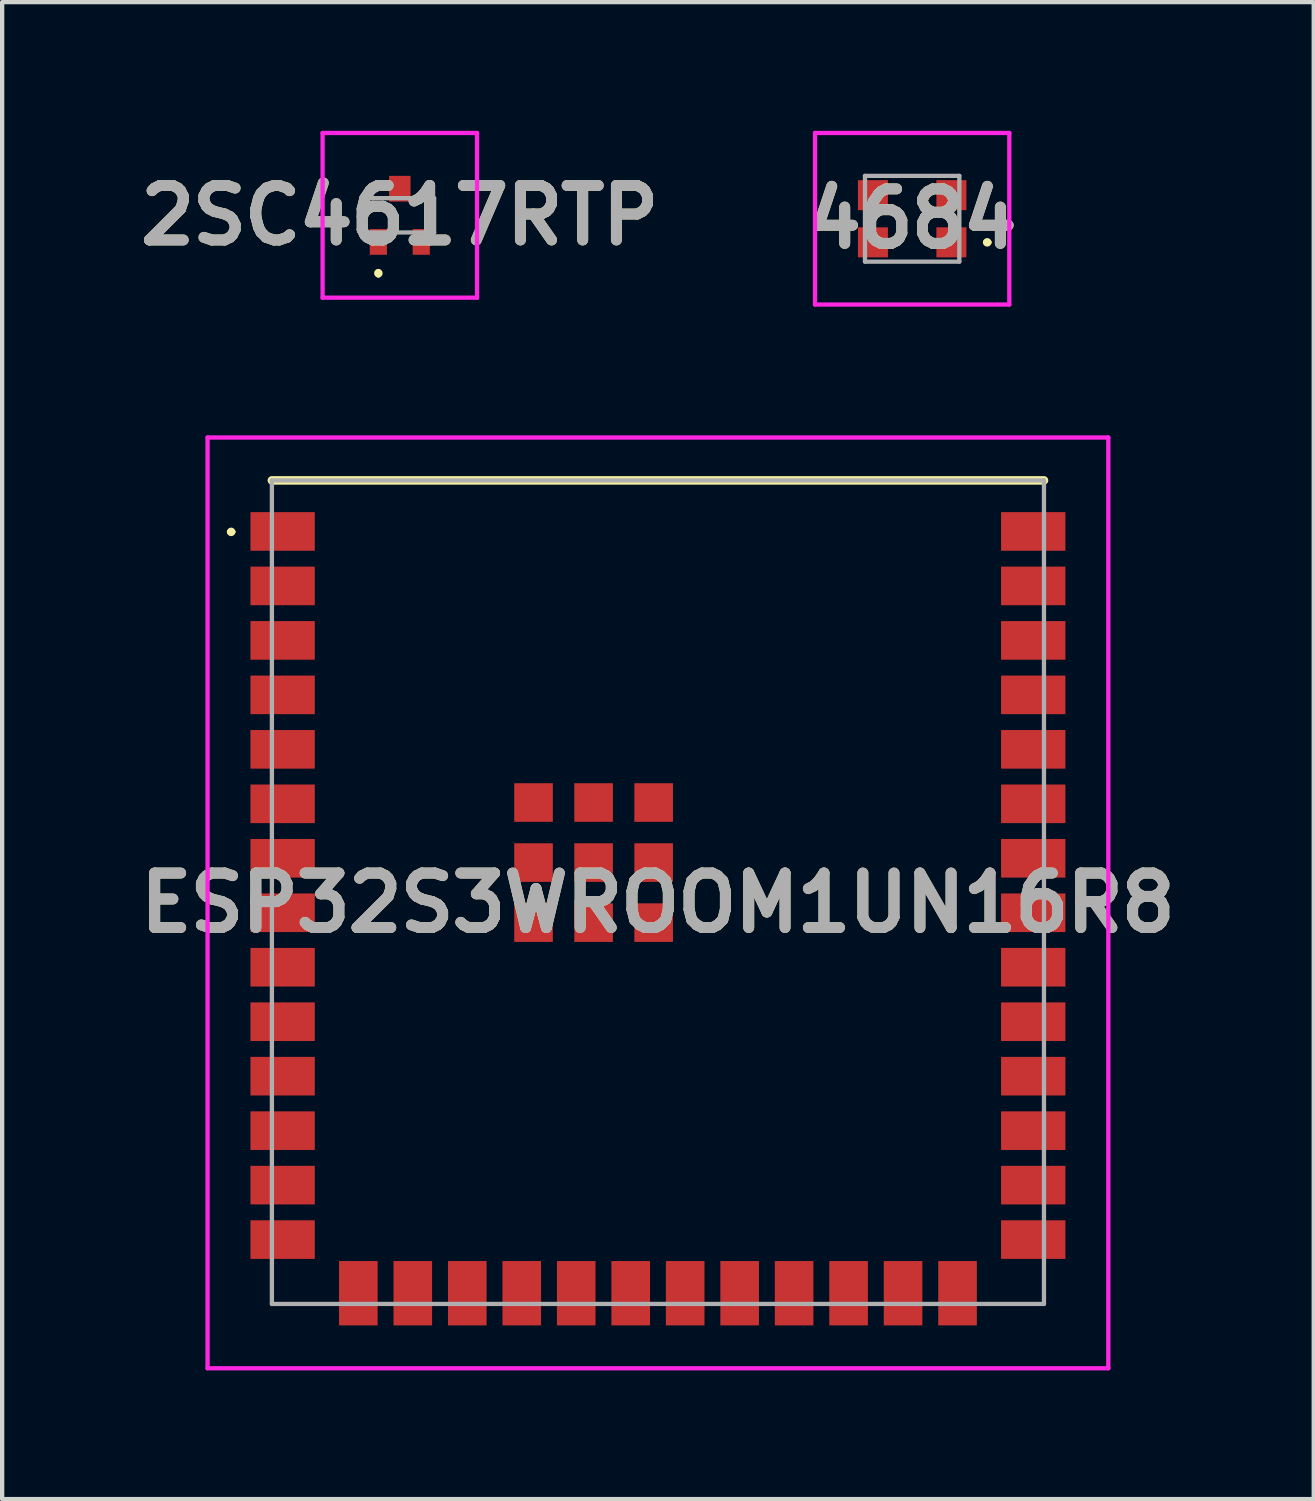
<source format=kicad_pcb>
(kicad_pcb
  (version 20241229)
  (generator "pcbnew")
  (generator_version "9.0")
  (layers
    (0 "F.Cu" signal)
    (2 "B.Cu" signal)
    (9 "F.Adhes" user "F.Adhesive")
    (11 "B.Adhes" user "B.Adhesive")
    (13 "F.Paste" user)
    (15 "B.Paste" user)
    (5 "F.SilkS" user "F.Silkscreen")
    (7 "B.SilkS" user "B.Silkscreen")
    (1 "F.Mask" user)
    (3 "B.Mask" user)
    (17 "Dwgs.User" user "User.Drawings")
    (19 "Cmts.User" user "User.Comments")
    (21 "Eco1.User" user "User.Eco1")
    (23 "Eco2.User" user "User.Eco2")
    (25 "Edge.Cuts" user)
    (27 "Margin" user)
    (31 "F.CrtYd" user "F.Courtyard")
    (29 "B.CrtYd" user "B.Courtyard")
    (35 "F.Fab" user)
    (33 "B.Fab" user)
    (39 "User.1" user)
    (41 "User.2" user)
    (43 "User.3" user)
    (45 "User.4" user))
  (footprint "4684"
    (layer "F.Cu")
    (at 18.216 2.05)
    (property "Reference" "4684" (at 0 0 0) (layer "F.SilkS") (effects (font (size 1.27 1.27) (thickness 0.254))))
    (attr smd)
    (fp_line (start 1.7 0.55) (end 1.7 0.55) (stroke (width 0.1) (type solid)) (layer "F.SilkS"))
    (fp_line (start 1.8 0.55) (end 1.8 0.55) (stroke (width 0.1) (type solid)) (layer "F.SilkS"))
    (fp_arc (start 1.7 0.55) (mid 1.75 0.5) (end 1.8 0.55) (stroke (width 0.1) (type solid)) (layer "F.SilkS"))
    (fp_arc (start 1.8 0.55) (mid 1.75 0.6) (end 1.7 0.55) (stroke (width 0.1) (type solid)) (layer "F.SilkS"))
    (fp_line (start -2.265 -2) (end 2.265 -2) (stroke (width 0.1) (type solid)) (layer "F.CrtYd"))
    (fp_line (start -2.265 2) (end -2.265 -2) (stroke (width 0.1) (type solid)) (layer "F.CrtYd"))
    (fp_line (start 2.265 -2) (end 2.265 2) (stroke (width 0.1) (type solid)) (layer "F.CrtYd"))
    (fp_line (start 2.265 2) (end -2.265 2) (stroke (width 0.1) (type solid)) (layer "F.CrtYd"))
    (fp_line (start -1.1 -1) (end 1.1 -1) (stroke (width 0.1) (type solid)) (layer "F.Fab"))
    (fp_line (start -1.1 1) (end -1.1 -1) (stroke (width 0.1) (type solid)) (layer "F.Fab"))
    (fp_line (start 1.1 -1) (end 1.1 1) (stroke (width 0.1) (type solid)) (layer "F.Fab"))
    (fp_line (start 1.1 1) (end -1.1 1) (stroke (width 0.1) (type solid)) (layer "F.Fab"))
    (fp_text user "${REFERENCE}" (at 0 0 0) (layer "F.Fab") (effects (font (size 1.27 1.27) (thickness 0.254))))
    (pad "1" smd rect (at 0.915 0.55 90) (size 0.7 0.7) (layers "F.Cu" "F.Mask" "F.Paste"))
    (pad "2" smd rect (at 0.915 -0.55 90) (size 0.7 0.7) (layers "F.Cu" "F.Mask" "F.Paste"))
    (pad "3" smd rect (at -0.915 -0.55 90) (size 0.7 0.7) (layers "F.Cu" "F.Mask" "F.Paste"))
    (pad "4" smd rect (at -0.915 0.55 90) (size 0.7 0.7) (layers "F.Cu" "F.Mask" "F.Paste")))
  (footprint "ESP32S3WROOM1UN16R8"
    (layer "F.Cu")
    (at 12.289 17.75)
    (property "Reference" "ESP32S3WROOM1UN16R8" (at 0 0.25 0) (layer "F.SilkS") (effects (font (size 1.27 1.27) (thickness 0.254))))
    (attr smd)
    (fp_line (start -10 -8.4) (end -10 -8.4) (stroke (width 0.1) (type solid)) (layer "F.SilkS"))
    (fp_line (start -9.9 -8.4) (end -9.9 -8.4) (stroke (width 0.1) (type solid)) (layer "F.SilkS"))
    (fp_line (start -9 -9.6) (end 9 -9.6) (stroke (width 0.2) (type solid)) (layer "F.SilkS"))
    (fp_arc (start -10 -8.4) (mid -9.95 -8.45) (end -9.9 -8.4) (stroke (width 0.1) (type solid)) (layer "F.SilkS"))
    (fp_arc (start -9.9 -8.4) (mid -9.95 -8.35) (end -10 -8.4) (stroke (width 0.1) (type solid)) (layer "F.SilkS"))
    (fp_line (start -10.5 -10.6) (end 10.5 -10.6) (stroke (width 0.1) (type solid)) (layer "F.CrtYd"))
    (fp_line (start -10.5 11.1) (end -10.5 -10.6) (stroke (width 0.1) (type solid)) (layer "F.CrtYd"))
    (fp_line (start 10.5 -10.6) (end 10.5 11.1) (stroke (width 0.1) (type solid)) (layer "F.CrtYd"))
    (fp_line (start 10.5 11.1) (end -10.5 11.1) (stroke (width 0.1) (type solid)) (layer "F.CrtYd"))
    (fp_line (start -9 -9.6) (end 9 -9.6) (stroke (width 0.1) (type solid)) (layer "F.Fab"))
    (fp_line (start -9 9.6) (end -9 -9.6) (stroke (width 0.1) (type solid)) (layer "F.Fab"))
    (fp_line (start 9 -9.6) (end 9 9.6) (stroke (width 0.1) (type solid)) (layer "F.Fab"))
    (fp_line (start 9 9.6) (end -9 9.6) (stroke (width 0.1) (type solid)) (layer "F.Fab"))
    (fp_text user "${REFERENCE}" (at 0 0.25 0) (layer "F.Fab") (effects (font (size 1.27 1.27) (thickness 0.254))))
    (pad "1" smd rect (at -8.75 -8.41 90) (size 0.9 1.5) (layers "F.Cu" "F.Mask" "F.Paste"))
    (pad "2" smd rect (at -8.75 -7.14 90) (size 0.9 1.5) (layers "F.Cu" "F.Mask" "F.Paste"))
    (pad "3" smd rect (at -8.75 -5.87 90) (size 0.9 1.5) (layers "F.Cu" "F.Mask" "F.Paste"))
    (pad "4" smd rect (at -8.75 -4.6 90) (size 0.9 1.5) (layers "F.Cu" "F.Mask" "F.Paste"))
    (pad "5" smd rect (at -8.75 -3.33 90) (size 0.9 1.5) (layers "F.Cu" "F.Mask" "F.Paste"))
    (pad "6" smd rect (at -8.75 -2.06 90) (size 0.9 1.5) (layers "F.Cu" "F.Mask" "F.Paste"))
    (pad "7" smd rect (at -8.75 -0.79 90) (size 0.9 1.5) (layers "F.Cu" "F.Mask" "F.Paste"))
    (pad "8" smd rect (at -8.75 0.48 90) (size 0.9 1.5) (layers "F.Cu" "F.Mask" "F.Paste"))
    (pad "9" smd rect (at -8.75 1.75 90) (size 0.9 1.5) (layers "F.Cu" "F.Mask" "F.Paste"))
    (pad "10" smd rect (at -8.75 3.02 90) (size 0.9 1.5) (layers "F.Cu" "F.Mask" "F.Paste"))
    (pad "11" smd rect (at -8.75 4.29 90) (size 0.9 1.5) (layers "F.Cu" "F.Mask" "F.Paste"))
    (pad "12" smd rect (at -8.75 5.56 90) (size 0.9 1.5) (layers "F.Cu" "F.Mask" "F.Paste"))
    (pad "13" smd rect (at -8.75 6.83 90) (size 0.9 1.5) (layers "F.Cu" "F.Mask" "F.Paste"))
    (pad "14" smd rect (at -8.75 8.1 90) (size 0.9 1.5) (layers "F.Cu" "F.Mask" "F.Paste"))
    (pad "15" smd rect (at -6.985 9.35) (size 0.9 1.5) (layers "F.Cu" "F.Mask" "F.Paste"))
    (pad "16" smd rect (at -5.715 9.35) (size 0.9 1.5) (layers "F.Cu" "F.Mask" "F.Paste"))
    (pad "17" smd rect (at -4.445 9.35) (size 0.9 1.5) (layers "F.Cu" "F.Mask" "F.Paste"))
    (pad "18" smd rect (at -3.175 9.35) (size 0.9 1.5) (layers "F.Cu" "F.Mask" "F.Paste"))
    (pad "19" smd rect (at -1.905 9.35) (size 0.9 1.5) (layers "F.Cu" "F.Mask" "F.Paste"))
    (pad "20" smd rect (at -0.635 9.35) (size 0.9 1.5) (layers "F.Cu" "F.Mask" "F.Paste"))
    (pad "21" smd rect (at 0.635 9.35) (size 0.9 1.5) (layers "F.Cu" "F.Mask" "F.Paste"))
    (pad "22" smd rect (at 1.905 9.35) (size 0.9 1.5) (layers "F.Cu" "F.Mask" "F.Paste"))
    (pad "23" smd rect (at 3.175 9.35) (size 0.9 1.5) (layers "F.Cu" "F.Mask" "F.Paste"))
    (pad "24" smd rect (at 4.445 9.35) (size 0.9 1.5) (layers "F.Cu" "F.Mask" "F.Paste"))
    (pad "25" smd rect (at 5.715 9.35) (size 0.9 1.5) (layers "F.Cu" "F.Mask" "F.Paste"))
    (pad "26" smd rect (at 6.985 9.35) (size 0.9 1.5) (layers "F.Cu" "F.Mask" "F.Paste"))
    (pad "27" smd rect (at 8.75 8.1 90) (size 0.9 1.5) (layers "F.Cu" "F.Mask" "F.Paste"))
    (pad "28" smd rect (at 8.75 6.83 90) (size 0.9 1.5) (layers "F.Cu" "F.Mask" "F.Paste"))
    (pad "29" smd rect (at 8.75 5.56 90) (size 0.9 1.5) (layers "F.Cu" "F.Mask" "F.Paste"))
    (pad "30" smd rect (at 8.75 4.29 90) (size 0.9 1.5) (layers "F.Cu" "F.Mask" "F.Paste"))
    (pad "31" smd rect (at 8.75 3.02 90) (size 0.9 1.5) (layers "F.Cu" "F.Mask" "F.Paste"))
    (pad "32" smd rect (at 8.75 1.75 90) (size 0.9 1.5) (layers "F.Cu" "F.Mask" "F.Paste"))
    (pad "33" smd rect (at 8.75 0.48 90) (size 0.9 1.5) (layers "F.Cu" "F.Mask" "F.Paste"))
    (pad "34" smd rect (at 8.75 -0.79 90) (size 0.9 1.5) (layers "F.Cu" "F.Mask" "F.Paste"))
    (pad "35" smd rect (at 8.75 -2.06 90) (size 0.9 1.5) (layers "F.Cu" "F.Mask" "F.Paste"))
    (pad "36" smd rect (at 8.75 -3.33 90) (size 0.9 1.5) (layers "F.Cu" "F.Mask" "F.Paste"))
    (pad "37" smd rect (at 8.75 -4.6 90) (size 0.9 1.5) (layers "F.Cu" "F.Mask" "F.Paste"))
    (pad "38" smd rect (at 8.75 -5.87 90) (size 0.9 1.5) (layers "F.Cu" "F.Mask" "F.Paste"))
    (pad "39" smd rect (at 8.75 -7.14 90) (size 0.9 1.5) (layers "F.Cu" "F.Mask" "F.Paste"))
    (pad "40" smd rect (at 8.75 -8.41 90) (size 0.9 1.5) (layers "F.Cu" "F.Mask" "F.Paste"))
    (pad "41" smd rect (at -1.5 -0.69) (size 0.9 0.9) (layers "F.Cu" "F.Mask" "F.Paste"))
    (pad "42" smd rect (at -1.5 -2.09) (size 0.9 0.9) (layers "F.Cu" "F.Mask" "F.Paste"))
    (pad "43" smd rect (at -2.9 -2.09) (size 0.9 0.9) (layers "F.Cu" "F.Mask" "F.Paste"))
    (pad "44" smd rect (at -2.9 -0.69) (size 0.9 0.9) (layers "F.Cu" "F.Mask" "F.Paste"))
    (pad "45" smd rect (at -2.9 0.71) (size 0.9 0.9) (layers "F.Cu" "F.Mask" "F.Paste"))
    (pad "46" smd rect (at -1.5 0.71) (size 0.9 0.9) (layers "F.Cu" "F.Mask" "F.Paste"))
    (pad "47" smd rect (at -0.1 0.71) (size 0.9 0.9) (layers "F.Cu" "F.Mask" "F.Paste"))
    (pad "48" smd rect (at -0.1 -0.69) (size 0.9 0.9) (layers "F.Cu" "F.Mask" "F.Paste"))
    (pad "49" smd rect (at -0.1 -2.09) (size 0.9 0.9) (layers "F.Cu" "F.Mask" "F.Paste")))
  (footprint "2SC4617RTP"
    (layer "F.Cu")
    (at 6.271 1.97)
    (property "Reference" "2SC4617RTP" (at 0 0 0) (layer "F.SilkS") (effects (font (size 1.27 1.27) (thickness 0.254))))
    (attr smd)
    (fp_line (start -0.5 1.3) (end -0.5 1.3) (stroke (width 0.1) (type solid)) (layer "F.SilkS"))
    (fp_line (start -0.5 1.4) (end -0.5 1.4) (stroke (width 0.1) (type solid)) (layer "F.SilkS"))
    (fp_arc (start -0.5 1.3) (mid -0.45 1.35) (end -0.5 1.4) (stroke (width 0.1) (type solid)) (layer "F.SilkS"))
    (fp_arc (start -0.5 1.4) (mid -0.55 1.35) (end -0.5 1.3) (stroke (width 0.1) (type solid)) (layer "F.SilkS"))
    (fp_line (start -1.8 -1.92) (end 1.8 -1.92) (stroke (width 0.1) (type solid)) (layer "F.CrtYd"))
    (fp_line (start -1.8 1.92) (end -1.8 -1.92) (stroke (width 0.1) (type solid)) (layer "F.CrtYd"))
    (fp_line (start 1.8 -1.92) (end 1.8 1.92) (stroke (width 0.1) (type solid)) (layer "F.CrtYd"))
    (fp_line (start 1.8 1.92) (end -1.8 1.92) (stroke (width 0.1) (type solid)) (layer "F.CrtYd"))
    (fp_line (start -0.8 -0.4) (end 0.8 -0.4) (stroke (width 0.1) (type solid)) (layer "F.Fab"))
    (fp_line (start -0.8 0.4) (end -0.8 -0.4) (stroke (width 0.1) (type solid)) (layer "F.Fab"))
    (fp_line (start 0.8 -0.4) (end 0.8 0.4) (stroke (width 0.1) (type solid)) (layer "F.Fab"))
    (fp_line (start 0.8 0.4) (end -0.8 0.4) (stroke (width 0.1) (type solid)) (layer "F.Fab"))
    (fp_text user "${REFERENCE}" (at 0 0 0) (layer "F.Fab") (effects (font (size 1.27 1.27) (thickness 0.254))))
    (pad "1" smd rect (at -0.5 0.62) (size 0.4 0.6) (layers "F.Cu" "F.Mask" "F.Paste"))
    (pad "2" smd rect (at 0.5 0.62) (size 0.4 0.6) (layers "F.Cu" "F.Mask" "F.Paste"))
    (pad "3" smd rect (at 0 -0.62) (size 0.5 0.6) (layers "F.Cu" "F.Mask" "F.Paste")))
  (gr_rect
    (start -3 -3)
    (end 27.578 31.9)
    (stroke (width 0.1) (type default))
    (fill no)
    (layer "Edge.Cuts")))
</source>
